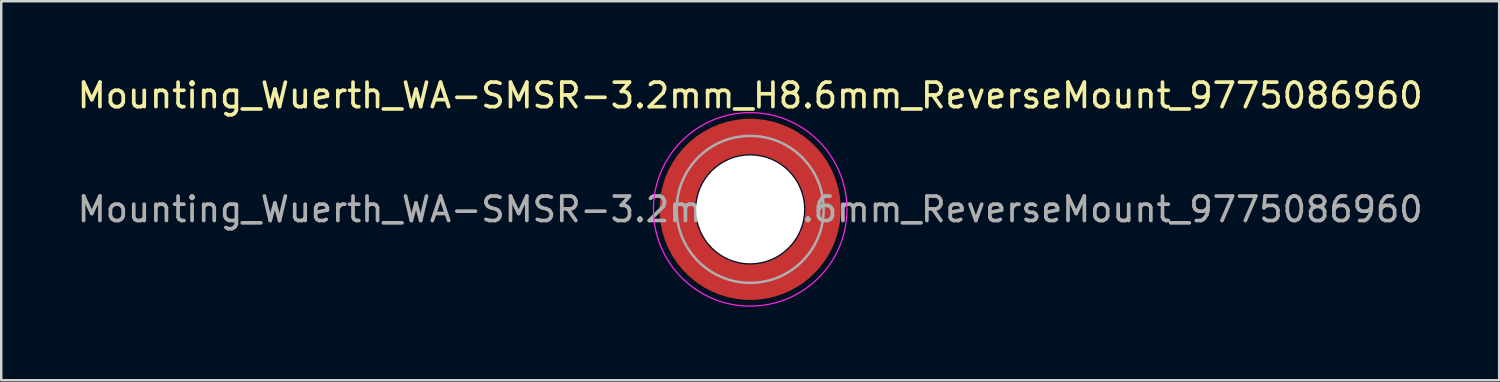
<source format=kicad_pcb>
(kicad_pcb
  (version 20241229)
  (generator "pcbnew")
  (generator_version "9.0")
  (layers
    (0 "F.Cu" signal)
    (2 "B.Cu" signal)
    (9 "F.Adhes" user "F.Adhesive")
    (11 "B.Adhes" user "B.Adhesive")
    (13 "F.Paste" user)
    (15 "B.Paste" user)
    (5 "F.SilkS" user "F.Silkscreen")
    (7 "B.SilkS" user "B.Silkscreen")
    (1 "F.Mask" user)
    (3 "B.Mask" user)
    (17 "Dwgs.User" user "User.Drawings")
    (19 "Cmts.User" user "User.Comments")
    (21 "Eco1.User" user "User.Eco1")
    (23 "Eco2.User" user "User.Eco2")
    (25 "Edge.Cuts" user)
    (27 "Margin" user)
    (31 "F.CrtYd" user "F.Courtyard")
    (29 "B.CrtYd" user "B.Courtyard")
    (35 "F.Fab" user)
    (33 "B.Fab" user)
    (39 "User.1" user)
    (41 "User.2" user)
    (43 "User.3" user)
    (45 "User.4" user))
  (footprint "Mounting_Wuerth_WA-SMSR-3.2mm_H8.6mm_ReverseMount_9775086960"
    (layer "F.Cu")
    (at 27.577 5.498)
    (property "Reference" "Mounting_Wuerth_WA-SMSR-3.2mm_H8.6mm_ReverseMount_9775086960" (at 0 -4.65 0) (layer "F.SilkS") (effects (font (size 1 1) (thickness 0.15))))
    (property "Mouser Part no." "" (at 0 0 0) (layer "F.Fab") (effects (font (size 1.27 1.27) (thickness 0.15))))
    (property "Mouser link" "" (at 0 0 0) (layer "F.Fab") (effects (font (size 1.27 1.27) (thickness 0.15))))
    (attr smd)
    (fp_circle (center 0 0) (end 3.95 0) (stroke (width 0.05) (type solid)) (fill no) (layer "F.CrtYd"))
    (fp_circle (center 0 0) (end 3 0) (stroke (width 0.1) (type solid)) (fill no) (layer "F.Fab"))
    (fp_text user "${REFERENCE}" (at 0 0 0) (layer "F.Fab") (effects (font (size 1 1) (thickness 0.15))))
    (pad "" smd custom (at -2.095 -2.095) (size 0.945 0.945) (layers "F.Paste") (options (anchor circle)) (primitives (gr_arc (start -0.24231 1.594804) (mid 0.404104 0.405534) (end 1.592827 -0.241886) (width 0.2)) (gr_arc (start -0.3398 1.594804) (mid 0.335987 0.338711) (end 1.591031 -0.339022) (width 0.2)) (gr_arc (start -0.437132 1.594804) (mid 0.268952 0.270807) (end 1.592231 -0.436623) (width 0.2)) (gr_arc (start -0.534324 1.594804) (mid 0.201345 0.203474) (end 1.591846 -0.53376) (width 0.2)) (gr_arc (start -0.631391 1.594804) (mid 0.134696 0.135183) (end 1.594126 -0.631267) (width 0.2)) (gr_arc (start -0.728345 1.594804) (mid 0.067234 0.067705) (end 1.594149 -0.728229) (width 0.2)) (gr_arc (start -0.825197 1.594804) (mid -0.001218 0.001219) (end 1.591408 -0.824614) (width 0.2)) (gr_arc (start -0.921958 1.594804) (mid -0.068952 -0.065985) (end 1.590665 -0.921269) (width 0.2)) (gr_arc (start -1.018637 1.594804) (mid -0.135972 -0.133907) (end 1.59192 -1.018172) (width 0.2)) (gr_arc (start -1.115239 1.594804) (mid -0.20428 -0.200537) (end 1.589574 -1.11442) (width 0.2)) (gr_arc (start -1.211773 1.594804) (mid -0.26993 -0.269828) (end 1.594662 -1.211751) (width 0.2)) (gr_arc (start -1.308244 1.594804) (mid -0.33911 -0.335587) (end 1.589875 -1.307516) (width 0.2)) (gr_arc (start -1.404657 1.594804) (mid -0.405633 -0.404004) (end 1.592524 -1.404331) (width 0.2)) (gr_arc (start -1.404657 1.594804) (mid -0.405633 -0.404004) (end 1.592524 -1.404331) (width 0.2)) (gr_line (start 1.595 -0.242) (end 1.595 -1.405) (width 0.2)) (gr_line (start -0.242 1.595) (end -1.405 1.595) (width 0.2))))
    (pad "" smd custom (at -2.095 2.095) (size 0.945 0.945) (layers "F.Paste") (options (anchor circle)) (primitives (gr_arc (start 1.594804 0.24231) (mid 0.405534 -0.404104) (end -0.241886 -1.592827) (width 0.2)) (gr_arc (start 1.594804 0.3398) (mid 0.338711 -0.335987) (end -0.339022 -1.591031) (width 0.2)) (gr_arc (start 1.594804 0.437132) (mid 0.270807 -0.268952) (end -0.436623 -1.592231) (width 0.2)) (gr_arc (start 1.594804 0.534324) (mid 0.203474 -0.201345) (end -0.53376 -1.591846) (width 0.2)) (gr_arc (start 1.594804 0.631391) (mid 0.135183 -0.134696) (end -0.631267 -1.594126) (width 0.2)) (gr_arc (start 1.594804 0.728345) (mid 0.067705 -0.067234) (end -0.728229 -1.594149) (width 0.2)) (gr_arc (start 1.594804 0.825197) (mid 0.001219 0.001218) (end -0.824614 -1.591408) (width 0.2)) (gr_arc (start 1.594804 0.921958) (mid -0.065985 0.068952) (end -0.921269 -1.590665) (width 0.2)) (gr_arc (start 1.594804 1.018637) (mid -0.133907 0.135972) (end -1.018172 -1.59192) (width 0.2)) (gr_arc (start 1.594804 1.115239) (mid -0.200537 0.20428) (end -1.11442 -1.589574) (width 0.2)) (gr_arc (start 1.594804 1.211773) (mid -0.269828 0.26993) (end -1.211751 -1.594662) (width 0.2)) (gr_arc (start 1.594804 1.308244) (mid -0.335587 0.33911) (end -1.307516 -1.589875) (width 0.2)) (gr_arc (start 1.594804 1.404657) (mid -0.404004 0.405633) (end -1.404331 -1.592524) (width 0.2)) (gr_arc (start 1.594804 1.404657) (mid -0.404004 0.405633) (end -1.404331 -1.592524) (width 0.2)) (gr_line (start -0.242 -1.595) (end -1.405 -1.595) (width 0.2)) (gr_line (start 1.595 0.242) (end 1.595 1.405) (width 0.2))))
    (pad "" np_thru_hole circle (at 0 0) (size 4.4 4.4) (drill 4.4) (layers "*.Cu" "*.Mask"))
    (pad "" smd custom (at 2.095 -2.095) (size 0.945 0.945) (layers "F.Paste") (options (anchor circle)) (primitives (gr_arc (start -1.594804 -0.24231) (mid -0.405534 0.404104) (end 0.241886 1.592827) (width 0.2)) (gr_arc (start -1.594804 -0.3398) (mid -0.338711 0.335987) (end 0.339022 1.591031) (width 0.2)) (gr_arc (start -1.594804 -0.437132) (mid -0.270807 0.268952) (end 0.436623 1.592231) (width 0.2)) (gr_arc (start -1.594804 -0.534324) (mid -0.203474 0.201345) (end 0.53376 1.591846) (width 0.2)) (gr_arc (start -1.594804 -0.631391) (mid -0.135183 0.134696) (end 0.631267 1.594126) (width 0.2)) (gr_arc (start -1.594804 -0.728345) (mid -0.067705 0.067234) (end 0.728229 1.594149) (width 0.2)) (gr_arc (start -1.594804 -0.825197) (mid -0.001219 -0.001218) (end 0.824614 1.591408) (width 0.2)) (gr_arc (start -1.594804 -0.921958) (mid 0.065985 -0.068952) (end 0.921269 1.590665) (width 0.2)) (gr_arc (start -1.594804 -1.018637) (mid 0.133907 -0.135972) (end 1.018172 1.59192) (width 0.2)) (gr_arc (start -1.594804 -1.115239) (mid 0.200537 -0.20428) (end 1.11442 1.589574) (width 0.2)) (gr_arc (start -1.594804 -1.211773) (mid 0.269828 -0.26993) (end 1.211751 1.594662) (width 0.2)) (gr_arc (start -1.594804 -1.308244) (mid 0.335587 -0.33911) (end 1.307516 1.589875) (width 0.2)) (gr_arc (start -1.594804 -1.404657) (mid 0.404004 -0.405633) (end 1.404331 1.592524) (width 0.2)) (gr_arc (start -1.594804 -1.404657) (mid 0.404004 -0.405633) (end 1.404331 1.592524) (width 0.2)) (gr_line (start 0.242 1.595) (end 1.405 1.595) (width 0.2)) (gr_line (start -1.595 -0.242) (end -1.595 -1.405) (width 0.2))))
    (pad "" smd custom (at 2.095 2.095) (size 0.945 0.945) (layers "F.Paste") (options (anchor circle)) (primitives (gr_arc (start 0.24231 -1.594804) (mid -0.404104 -0.405534) (end -1.592827 0.241886) (width 0.2)) (gr_arc (start 0.3398 -1.594804) (mid -0.335987 -0.338711) (end -1.591031 0.339022) (width 0.2)) (gr_arc (start 0.437132 -1.594804) (mid -0.268952 -0.270807) (end -1.592231 0.436623) (width 0.2)) (gr_arc (start 0.534324 -1.594804) (mid -0.201345 -0.203474) (end -1.591846 0.53376) (width 0.2)) (gr_arc (start 0.631391 -1.594804) (mid -0.134696 -0.135183) (end -1.594126 0.631267) (width 0.2)) (gr_arc (start 0.728345 -1.594804) (mid -0.067234 -0.067705) (end -1.594149 0.728229) (width 0.2)) (gr_arc (start 0.825197 -1.594804) (mid 0.001218 -0.001219) (end -1.591408 0.824614) (width 0.2)) (gr_arc (start 0.921958 -1.594804) (mid 0.068952 0.065985) (end -1.590665 0.921269) (width 0.2)) (gr_arc (start 1.018637 -1.594804) (mid 0.135972 0.133907) (end -1.59192 1.018172) (width 0.2)) (gr_arc (start 1.115239 -1.594804) (mid 0.20428 0.200537) (end -1.589574 1.11442) (width 0.2)) (gr_arc (start 1.211773 -1.594804) (mid 0.26993 0.269828) (end -1.594662 1.211751) (width 0.2)) (gr_arc (start 1.308244 -1.594804) (mid 0.33911 0.335587) (end -1.589875 1.307516) (width 0.2)) (gr_arc (start 1.404657 -1.594804) (mid 0.405633 0.404004) (end -1.592524 1.404331) (width 0.2)) (gr_arc (start 1.404657 -1.594804) (mid 0.405633 0.404004) (end -1.592524 1.404331) (width 0.2)) (gr_line (start -1.595 0.242) (end -1.595 1.405) (width 0.2)) (gr_line (start 0.242 -1.595) (end 1.405 -1.595) (width 0.2))))
    (pad "1" smd circle (at -2.975 0) (size 1.05 1.05) (layers "F.Cu"))
    (pad "1" smd circle (at 0 -2.975) (size 1.05 1.05) (layers "F.Cu"))
    (pad "1" smd circle (at 0 2.975) (size 1.05 1.05) (layers "F.Cu"))
    (pad "1" smd custom (at 2.975 0) (size 1.05 1.05) (layers "F.Cu" "F.Mask") (options (anchor circle)) (primitives (gr_circle (center -2.975 0) (end 0 0) (width 1.45) (fill no)))))
  (gr_rect
    (start -3 -3)
    (end 58.155 12.473)
    (stroke (width 0.1) (type default))
    (fill no)
    (layer "Edge.Cuts")))
</source>
